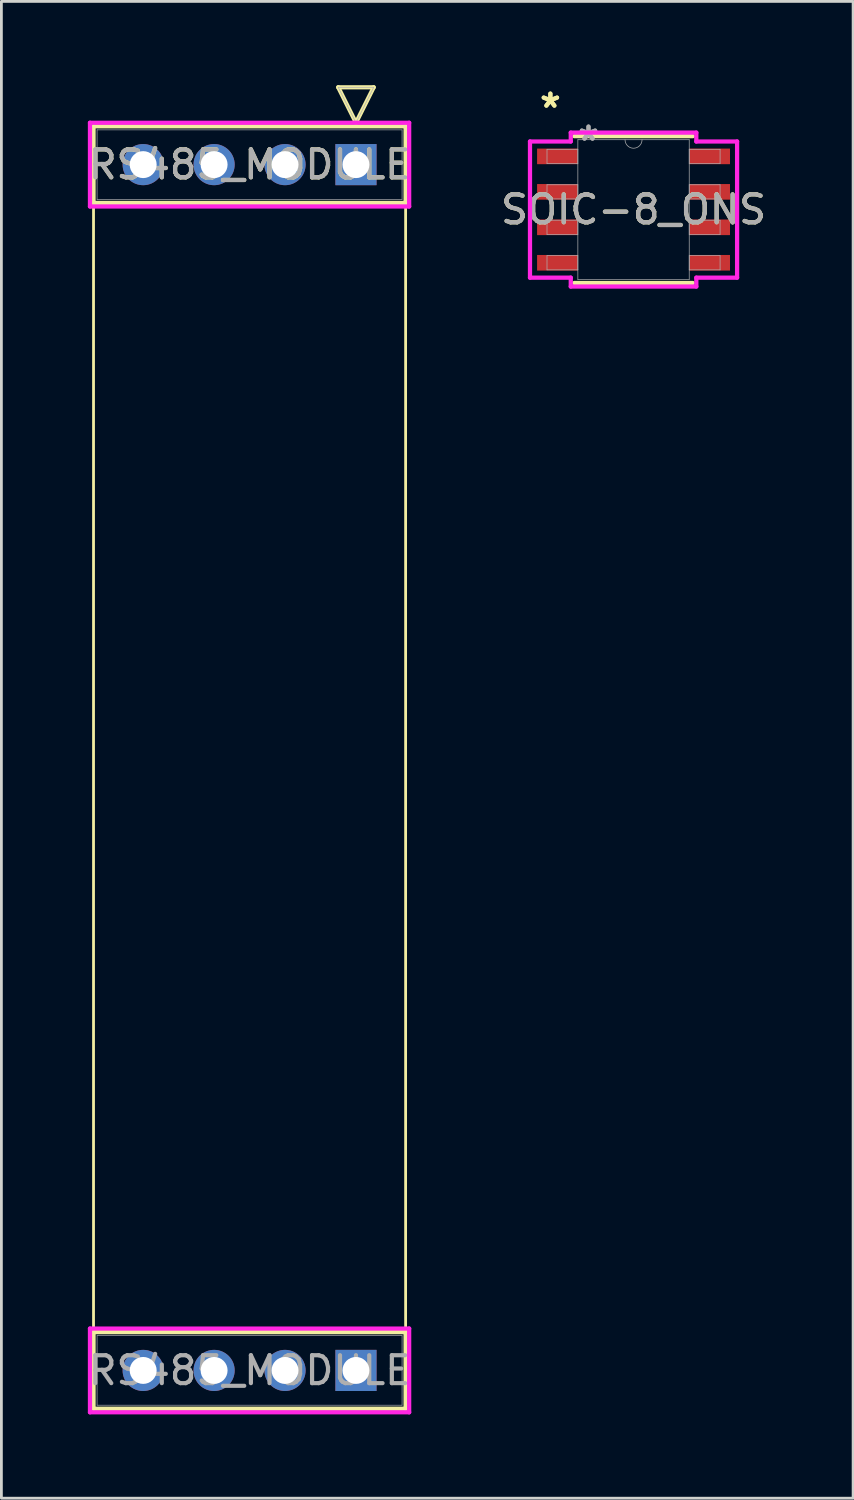
<source format=kicad_pcb>
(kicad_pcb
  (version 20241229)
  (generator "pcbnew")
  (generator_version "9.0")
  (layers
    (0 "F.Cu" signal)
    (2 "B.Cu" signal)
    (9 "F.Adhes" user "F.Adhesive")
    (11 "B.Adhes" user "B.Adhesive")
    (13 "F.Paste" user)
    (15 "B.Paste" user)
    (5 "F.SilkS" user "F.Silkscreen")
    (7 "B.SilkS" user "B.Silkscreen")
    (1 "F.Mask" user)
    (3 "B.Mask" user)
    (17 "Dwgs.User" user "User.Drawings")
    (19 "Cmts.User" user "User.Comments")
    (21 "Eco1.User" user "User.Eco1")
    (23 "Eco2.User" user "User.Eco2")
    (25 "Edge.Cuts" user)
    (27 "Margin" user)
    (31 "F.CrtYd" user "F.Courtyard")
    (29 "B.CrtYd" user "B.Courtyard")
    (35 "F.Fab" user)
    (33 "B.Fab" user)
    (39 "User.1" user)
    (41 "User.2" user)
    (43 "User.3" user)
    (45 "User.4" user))
  (footprint "SOIC-8_ONS"
    (layer "F.Cu")
    (at 19.637 4.455)
    (property "Reference" "SOIC-8_ONS" (at 0 0 0) (unlocked yes) (layer "F.SilkS") (effects (font (size 1 1) (thickness 0.15))))
    (attr smd)
    (fp_line (start -2.121 2.629) (end 2.121 2.629) (stroke (width 0.152) (type solid)) (layer "F.SilkS"))
    (fp_line (start 2.121 -2.629) (end -2.121 -2.629) (stroke (width 0.152) (type solid)) (layer "F.SilkS"))
    (fp_line (start -3.708 -2.438) (end -2.248 -2.438) (stroke (width 0.152) (type solid)) (layer "F.CrtYd"))
    (fp_line (start -3.708 2.438) (end -3.708 -2.438) (stroke (width 0.152) (type solid)) (layer "F.CrtYd"))
    (fp_line (start -3.708 2.438) (end -2.248 2.438) (stroke (width 0.152) (type solid)) (layer "F.CrtYd"))
    (fp_line (start -2.248 -2.756) (end 2.248 -2.756) (stroke (width 0.152) (type solid)) (layer "F.CrtYd"))
    (fp_line (start -2.248 -2.438) (end -2.248 -2.756) (stroke (width 0.152) (type solid)) (layer "F.CrtYd"))
    (fp_line (start -2.248 2.756) (end -2.248 2.438) (stroke (width 0.152) (type solid)) (layer "F.CrtYd"))
    (fp_line (start 2.248 -2.756) (end 2.248 -2.438) (stroke (width 0.152) (type solid)) (layer "F.CrtYd"))
    (fp_line (start 2.248 2.438) (end 2.248 2.756) (stroke (width 0.152) (type solid)) (layer "F.CrtYd"))
    (fp_line (start 2.248 2.756) (end -2.248 2.756) (stroke (width 0.152) (type solid)) (layer "F.CrtYd"))
    (fp_line (start 3.708 -2.438) (end 2.248 -2.438) (stroke (width 0.152) (type solid)) (layer "F.CrtYd"))
    (fp_line (start 3.708 -2.438) (end 3.708 2.438) (stroke (width 0.152) (type solid)) (layer "F.CrtYd"))
    (fp_line (start 3.708 2.438) (end 2.248 2.438) (stroke (width 0.152) (type solid)) (layer "F.CrtYd"))
    (fp_line (start -3.099 -2.159) (end -3.099 -1.651) (stroke (width 0.025) (type solid)) (layer "F.Fab"))
    (fp_line (start -3.099 -1.651) (end -1.994 -1.651) (stroke (width 0.025) (type solid)) (layer "F.Fab"))
    (fp_line (start -3.099 -0.889) (end -3.099 -0.381) (stroke (width 0.025) (type solid)) (layer "F.Fab"))
    (fp_line (start -3.099 -0.381) (end -1.994 -0.381) (stroke (width 0.025) (type solid)) (layer "F.Fab"))
    (fp_line (start -3.099 0.381) (end -3.099 0.889) (stroke (width 0.025) (type solid)) (layer "F.Fab"))
    (fp_line (start -3.099 0.889) (end -1.994 0.889) (stroke (width 0.025) (type solid)) (layer "F.Fab"))
    (fp_line (start -3.099 1.651) (end -3.099 2.159) (stroke (width 0.025) (type solid)) (layer "F.Fab"))
    (fp_line (start -3.099 2.159) (end -1.994 2.159) (stroke (width 0.025) (type solid)) (layer "F.Fab"))
    (fp_line (start -1.994 -2.502) (end -1.994 2.502) (stroke (width 0.025) (type solid)) (layer "F.Fab"))
    (fp_line (start -1.994 -2.159) (end -3.099 -2.159) (stroke (width 0.025) (type solid)) (layer "F.Fab"))
    (fp_line (start -1.994 -1.651) (end -1.994 -2.159) (stroke (width 0.025) (type solid)) (layer "F.Fab"))
    (fp_line (start -1.994 -0.889) (end -3.099 -0.889) (stroke (width 0.025) (type solid)) (layer "F.Fab"))
    (fp_line (start -1.994 -0.381) (end -1.994 -0.889) (stroke (width 0.025) (type solid)) (layer "F.Fab"))
    (fp_line (start -1.994 0.381) (end -3.099 0.381) (stroke (width 0.025) (type solid)) (layer "F.Fab"))
    (fp_line (start -1.994 0.889) (end -1.994 0.381) (stroke (width 0.025) (type solid)) (layer "F.Fab"))
    (fp_line (start -1.994 1.651) (end -3.099 1.651) (stroke (width 0.025) (type solid)) (layer "F.Fab"))
    (fp_line (start -1.994 2.159) (end -1.994 1.651) (stroke (width 0.025) (type solid)) (layer "F.Fab"))
    (fp_line (start -1.994 2.502) (end 1.994 2.502) (stroke (width 0.025) (type solid)) (layer "F.Fab"))
    (fp_line (start 1.994 -2.502) (end -1.994 -2.502) (stroke (width 0.025) (type solid)) (layer "F.Fab"))
    (fp_line (start 1.994 -2.159) (end 1.994 -1.651) (stroke (width 0.025) (type solid)) (layer "F.Fab"))
    (fp_line (start 1.994 -1.651) (end 3.099 -1.651) (stroke (width 0.025) (type solid)) (layer "F.Fab"))
    (fp_line (start 1.994 -0.889) (end 1.994 -0.381) (stroke (width 0.025) (type solid)) (layer "F.Fab"))
    (fp_line (start 1.994 -0.381) (end 3.099 -0.381) (stroke (width 0.025) (type solid)) (layer "F.Fab"))
    (fp_line (start 1.994 0.381) (end 1.994 0.889) (stroke (width 0.025) (type solid)) (layer "F.Fab"))
    (fp_line (start 1.994 0.889) (end 3.099 0.889) (stroke (width 0.025) (type solid)) (layer "F.Fab"))
    (fp_line (start 1.994 1.651) (end 1.994 2.159) (stroke (width 0.025) (type solid)) (layer "F.Fab"))
    (fp_line (start 1.994 2.159) (end 3.099 2.159) (stroke (width 0.025) (type solid)) (layer "F.Fab"))
    (fp_line (start 1.994 2.502) (end 1.994 -2.502) (stroke (width 0.025) (type solid)) (layer "F.Fab"))
    (fp_line (start 3.099 -2.159) (end 1.994 -2.159) (stroke (width 0.025) (type solid)) (layer "F.Fab"))
    (fp_line (start 3.099 -1.651) (end 3.099 -2.159) (stroke (width 0.025) (type solid)) (layer "F.Fab"))
    (fp_line (start 3.099 -0.889) (end 1.994 -0.889) (stroke (width 0.025) (type solid)) (layer "F.Fab"))
    (fp_line (start 3.099 -0.381) (end 3.099 -0.889) (stroke (width 0.025) (type solid)) (layer "F.Fab"))
    (fp_line (start 3.099 0.381) (end 1.994 0.381) (stroke (width 0.025) (type solid)) (layer "F.Fab"))
    (fp_line (start 3.099 0.889) (end 3.099 0.381) (stroke (width 0.025) (type solid)) (layer "F.Fab"))
    (fp_line (start 3.099 1.651) (end 1.994 1.651) (stroke (width 0.025) (type solid)) (layer "F.Fab"))
    (fp_line (start 3.099 2.159) (end 3.099 1.651) (stroke (width 0.025) (type solid)) (layer "F.Fab"))
    (fp_arc (start 0.3048 -2.5019) (mid 0 -2.1971) (end -0.3048 -2.5019) (stroke (width 0.0254) (type solid)) (layer "F.Fab"))
    (fp_text user "*" (at -2.978 -3.607 0) (layer "F.SilkS") (effects (font (size 1 1) (thickness 0.15))))
    (fp_text user "*" (at -2.978 -3.607 0) (unlocked yes) (layer "F.SilkS") (effects (font (size 1 1) (thickness 0.15))))
    (fp_text user "*" (at -1.613 -2.426 0) (layer "F.Fab") (effects (font (size 1 1) (thickness 0.15))))
    (fp_text user "${REFERENCE}" (at 0 0 0) (unlocked yes) (layer "F.Fab") (effects (font (size 1 1) (thickness 0.15))))
    (fp_text user "*" (at -1.613 -2.426 0) (unlocked yes) (layer "F.Fab") (effects (font (size 1 1) (thickness 0.15))))
    (pad "1" smd rect (at -2.724 -1.905) (size 1.46 0.559) (layers "F.Cu" "F.Mask" "F.Paste"))
    (pad "2" smd rect (at -2.724 -0.635) (size 1.46 0.559) (layers "F.Cu" "F.Mask" "F.Paste"))
    (pad "3" smd rect (at -2.724 0.635) (size 1.46 0.559) (layers "F.Cu" "F.Mask" "F.Paste"))
    (pad "4" smd rect (at -2.724 1.905) (size 1.46 0.559) (layers "F.Cu" "F.Mask" "F.Paste"))
    (pad "5" smd rect (at 2.724 1.905) (size 1.46 0.559) (layers "F.Cu" "F.Mask" "F.Paste"))
    (pad "6" smd rect (at 2.724 0.635) (size 1.46 0.559) (layers "F.Cu" "F.Mask" "F.Paste"))
    (pad "7" smd rect (at 2.724 -0.635) (size 1.46 0.559) (layers "F.Cu" "F.Mask" "F.Paste"))
    (pad "8" smd rect (at 2.724 -1.905) (size 1.46 0.559) (layers "F.Cu" "F.Mask" "F.Paste")))
  (footprint "RS485_MODULE"
    (layer "F.Cu")
    (at 9.697 2.845)
    (property "Reference" "RS485_MODULE" (at -3.81 0 0) (unlocked yes) (layer "F.SilkS") (effects (font (size 1 1) (thickness 0.15))))
    (attr through_hole)
    (fp_line (start -9.398 -1.372) (end -9.398 1.372) (stroke (width 0.152) (type solid)) (layer "F.SilkS"))
    (fp_line (start -9.398 1.372) (end 1.778 1.372) (stroke (width 0.152) (type solid)) (layer "F.SilkS"))
    (fp_line (start -9.398 41.808) (end -9.398 44.552) (stroke (width 0.152) (type solid)) (layer "F.SilkS"))
    (fp_line (start -9.398 44.552) (end 1.778 44.552) (stroke (width 0.152) (type solid)) (layer "F.SilkS"))
    (fp_line (start -0.635 -2.769) (end 0.635 -2.769) (stroke (width 0.152) (type solid)) (layer "F.SilkS"))
    (fp_line (start 0 -1.499) (end -0.635 -2.769) (stroke (width 0.152) (type solid)) (layer "F.SilkS"))
    (fp_line (start 0.635 -2.769) (end 0 -1.499) (stroke (width 0.152) (type solid)) (layer "F.SilkS"))
    (fp_line (start 1.778 -1.372) (end -9.398 -1.372) (stroke (width 0.152) (type solid)) (layer "F.SilkS"))
    (fp_line (start 1.778 1.372) (end 1.778 -1.372) (stroke (width 0.152) (type solid)) (layer "F.SilkS"))
    (fp_line (start 1.778 41.808) (end -9.398 41.808) (stroke (width 0.152) (type solid)) (layer "F.SilkS"))
    (fp_line (start 1.778 44.552) (end 1.778 41.808) (stroke (width 0.152) (type solid)) (layer "F.SilkS"))
    (fp_rect (start -9.398 -1.372) (end 1.778 44.552) (stroke (width 0.1) (type default)) (fill no) (layer "F.SilkS"))
    (fp_line (start -9.525 -1.499) (end -9.525 1.499) (stroke (width 0.152) (type solid)) (layer "F.CrtYd"))
    (fp_line (start -9.525 1.499) (end 1.905 1.499) (stroke (width 0.152) (type solid)) (layer "F.CrtYd"))
    (fp_line (start -9.525 41.681) (end -9.525 44.679) (stroke (width 0.152) (type solid)) (layer "F.CrtYd"))
    (fp_line (start -9.525 44.679) (end 1.905 44.679) (stroke (width 0.152) (type solid)) (layer "F.CrtYd"))
    (fp_line (start 1.905 -1.499) (end -9.525 -1.499) (stroke (width 0.152) (type solid)) (layer "F.CrtYd"))
    (fp_line (start 1.905 1.499) (end 1.905 -1.499) (stroke (width 0.152) (type solid)) (layer "F.CrtYd"))
    (fp_line (start 1.905 41.681) (end -9.525 41.681) (stroke (width 0.152) (type solid)) (layer "F.CrtYd"))
    (fp_line (start 1.905 44.679) (end 1.905 41.681) (stroke (width 0.152) (type solid)) (layer "F.CrtYd"))
    (fp_line (start -9.271 -1.245) (end -9.271 1.245) (stroke (width 0.025) (type solid)) (layer "F.Fab"))
    (fp_line (start -9.271 1.245) (end 1.651 1.245) (stroke (width 0.025) (type solid)) (layer "F.Fab"))
    (fp_line (start -9.271 41.935) (end -9.271 44.425) (stroke (width 0.025) (type solid)) (layer "F.Fab"))
    (fp_line (start -9.271 44.425) (end 1.651 44.425) (stroke (width 0.025) (type solid)) (layer "F.Fab"))
    (fp_line (start -0.635 -2.769) (end 0.635 -2.769) (stroke (width 0.025) (type solid)) (layer "F.Fab"))
    (fp_line (start 0 -1.499) (end -0.635 -2.769) (stroke (width 0.025) (type solid)) (layer "F.Fab"))
    (fp_line (start 0.635 -2.769) (end 0 -1.499) (stroke (width 0.025) (type solid)) (layer "F.Fab"))
    (fp_line (start 1.651 -1.245) (end -9.271 -1.245) (stroke (width 0.025) (type solid)) (layer "F.Fab"))
    (fp_line (start 1.651 1.245) (end 1.651 -1.245) (stroke (width 0.025) (type solid)) (layer "F.Fab"))
    (fp_line (start 1.651 41.935) (end -9.271 41.935) (stroke (width 0.025) (type solid)) (layer "F.Fab"))
    (fp_line (start 1.651 44.425) (end 1.651 41.935) (stroke (width 0.025) (type solid)) (layer "F.Fab"))
    (fp_text user "${REFERENCE}" (at -3.81 0 0) (unlocked yes) (layer "F.Fab") (effects (font (size 1 1) (thickness 0.15))))
    (fp_text user "${REFERENCE}" (at -3.81 43.18 0) (unlocked yes) (layer "F.Fab") (effects (font (size 1 1) (thickness 0.15))))
    (pad "1" thru_hole rect (at 0 0) (size 1.473 1.473) (drill 0.965) (layers "*.Cu" "*.Mask"))
    (pad "2" thru_hole circle (at -2.54 0) (size 1.473 1.473) (drill 0.965) (layers "*.Cu" "*.Mask"))
    (pad "3" thru_hole circle (at -5.08 0) (size 1.473 1.473) (drill 0.965) (layers "*.Cu" "*.Mask"))
    (pad "4" thru_hole circle (at -7.62 0) (size 1.473 1.473) (drill 0.965) (layers "*.Cu" "*.Mask"))
    (pad "5" thru_hole circle (at -7.62 43.18) (size 1.473 1.473) (drill 0.965) (layers "*.Cu" "*.Mask"))
    (pad "6" thru_hole circle (at -5.08 43.18) (size 1.473 1.473) (drill 0.965) (layers "*.Cu" "*.Mask"))
    (pad "7" thru_hole circle (at -2.54 43.18) (size 1.473 1.473) (drill 0.965) (layers "*.Cu" "*.Mask"))
    (pad "8" thru_hole rect (at 0 43.18) (size 1.473 1.473) (drill 0.965) (layers "*.Cu" "*.Mask")))
  (gr_rect
    (start -3 -3)
    (end 27.5 50.6)
    (stroke (width 0.1) (type default))
    (fill no)
    (layer "Edge.Cuts")))
</source>
